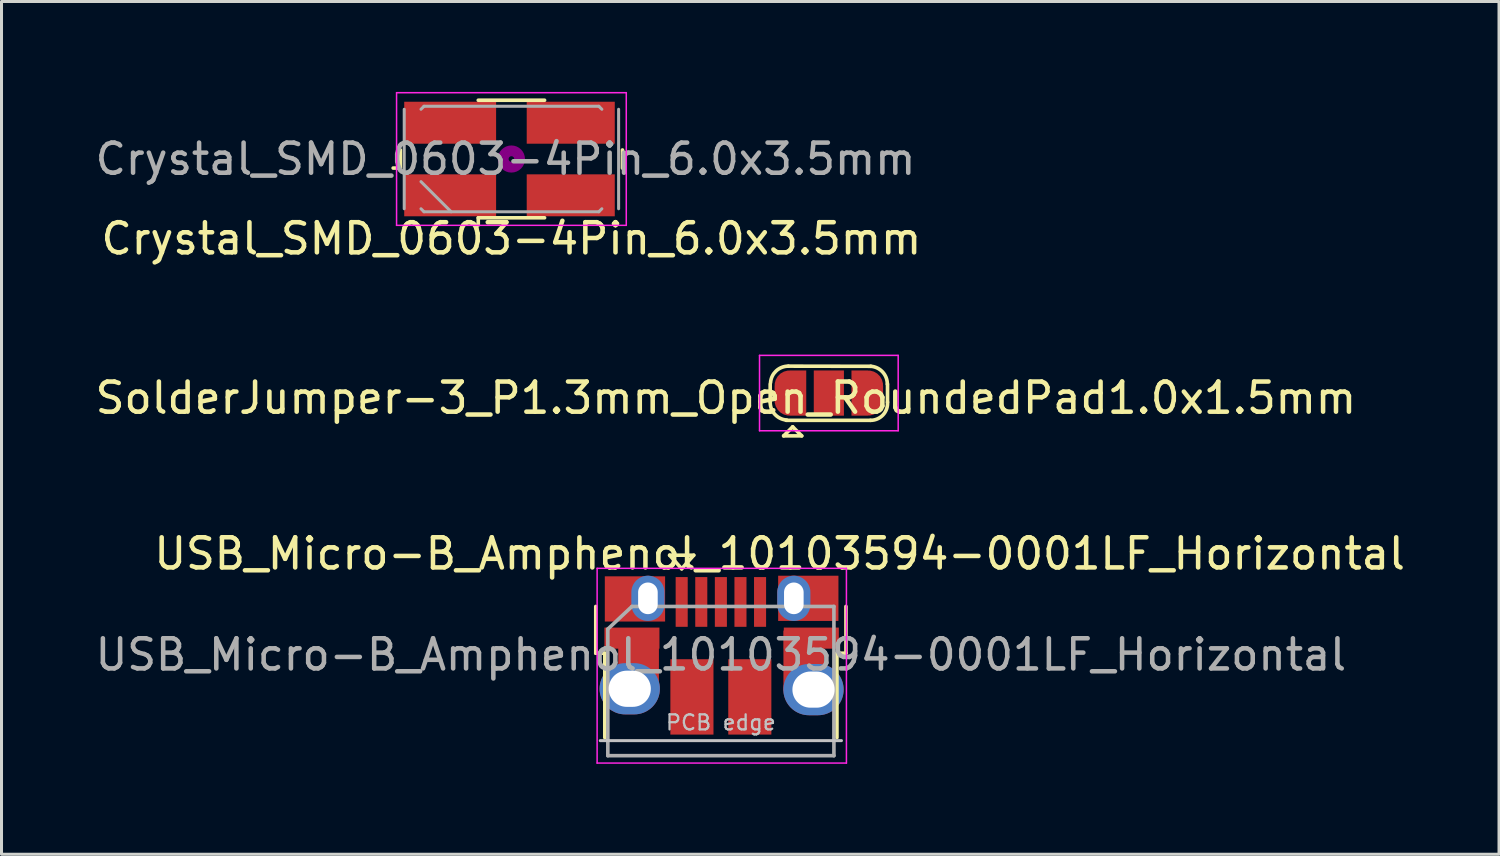
<source format=kicad_pcb>
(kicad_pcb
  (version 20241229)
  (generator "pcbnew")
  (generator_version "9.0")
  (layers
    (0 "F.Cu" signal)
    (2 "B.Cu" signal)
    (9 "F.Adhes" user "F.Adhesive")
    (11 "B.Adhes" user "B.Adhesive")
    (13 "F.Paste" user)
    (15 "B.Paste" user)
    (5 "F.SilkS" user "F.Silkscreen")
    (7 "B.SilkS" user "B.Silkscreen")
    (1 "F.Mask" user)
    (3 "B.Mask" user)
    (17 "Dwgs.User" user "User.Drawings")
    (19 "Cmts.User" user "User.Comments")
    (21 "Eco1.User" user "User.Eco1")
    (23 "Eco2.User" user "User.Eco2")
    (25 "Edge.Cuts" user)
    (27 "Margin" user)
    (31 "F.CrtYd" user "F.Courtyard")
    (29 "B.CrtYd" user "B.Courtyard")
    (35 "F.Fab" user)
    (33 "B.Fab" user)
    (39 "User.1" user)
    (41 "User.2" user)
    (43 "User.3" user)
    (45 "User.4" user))
  (footprint "USB_Micro-B_Amphenol_10103594-0001LF_Horizontal"
    (layer "F.Cu")
    (at 20.888 18.683)
    (property "Reference" "USB_Micro-B_Amphenol_10103594-0001LF_Horizontal" (at 1.925 -3.365 180) (layer "F.SilkS") (effects (font (size 1 1) (thickness 0.15))))
    (attr smd)
    (fp_line (start -4.175 -0.065) (end -4.175 -1.615) (stroke (width 0.12) (type solid)) (layer "F.SilkS"))
    (fp_line (start -4.175 -0.065) (end -3.875 -0.065) (stroke (width 0.12) (type solid)) (layer "F.SilkS"))
    (fp_line (start -3.875 2.735) (end -3.875 -0.065) (stroke (width 0.12) (type solid)) (layer "F.SilkS"))
    (fp_line (start -1.725 -3.315) (end -0.925 -3.315) (stroke (width 0.12) (type solid)) (layer "F.SilkS"))
    (fp_line (start -1.325 -2.865) (end -1.725 -3.315) (stroke (width 0.12) (type solid)) (layer "F.SilkS"))
    (fp_line (start -0.925 -3.315) (end -1.325 -2.865) (stroke (width 0.12) (type solid)) (layer "F.SilkS"))
    (fp_line (start 3.825 -0.065) (end 4.125 -0.065) (stroke (width 0.12) (type solid)) (layer "F.SilkS"))
    (fp_line (start 3.825 2.735) (end 3.825 -0.065) (stroke (width 0.12) (type solid)) (layer "F.SilkS"))
    (fp_line (start 4.125 -0.065) (end 4.125 -1.615) (stroke (width 0.12) (type solid)) (layer "F.SilkS"))
    (fp_line (start -4.025 2.835) (end 3.975 2.835) (stroke (width 0.1) (type solid)) (layer "Dwgs.User"))
    (fp_line (start -4.13 -2.88) (end -4.13 3.58) (stroke (width 0.05) (type solid)) (layer "F.CrtYd"))
    (fp_line (start -4.13 -2.88) (end 4.14 -2.88) (stroke (width 0.05) (type solid)) (layer "F.CrtYd"))
    (fp_line (start 4.14 3.58) (end -4.13 3.58) (stroke (width 0.05) (type solid)) (layer "F.CrtYd"))
    (fp_line (start 4.14 3.58) (end 4.14 -2.88) (stroke (width 0.05) (type solid)) (layer "F.CrtYd"))
    (fp_line (start -3.775 -0.865) (end -2.975 -1.615) (stroke (width 0.12) (type solid)) (layer "F.Fab"))
    (fp_line (start -3.775 3.335) (end -3.775 -0.865) (stroke (width 0.12) (type solid)) (layer "F.Fab"))
    (fp_line (start -2.975 -1.615) (end 3.725 -1.615) (stroke (width 0.12) (type solid)) (layer "F.Fab"))
    (fp_line (start 3.725 -1.615) (end 3.725 3.335) (stroke (width 0.12) (type solid)) (layer "F.Fab"))
    (fp_line (start 3.725 3.335) (end -3.775 3.335) (stroke (width 0.12) (type solid)) (layer "F.Fab"))
    (fp_text user "PCB edge" (at -0.025 2.235 180) (layer "Dwgs.User") (effects (font (size 0.5 0.5) (thickness 0.075))))
    (fp_text user "${REFERENCE}" (at -0.025 -0.015 180) (layer "F.Fab") (effects (font (size 1 1) (thickness 0.15))))
    (pad "1" smd rect (at -1.325 -1.765 90) (size 1.65 0.4) (layers "F.Cu" "F.Mask" "F.Paste"))
    (pad "2" smd rect (at -0.675 -1.765 90) (size 1.65 0.4) (layers "F.Cu" "F.Mask" "F.Paste"))
    (pad "3" smd rect (at -0.025 -1.765 90) (size 1.65 0.4) (layers "F.Cu" "F.Mask" "F.Paste"))
    (pad "4" smd rect (at 0.625 -1.765 90) (size 1.65 0.4) (layers "F.Cu" "F.Mask" "F.Paste"))
    (pad "5" smd rect (at 1.275 -1.765 90) (size 1.65 0.4) (layers "F.Cu" "F.Mask" "F.Paste"))
    (pad "6" thru_hole oval (at -3.048 1.115 90) (size 1.7 2) (drill oval 1.2 1.4) (layers "*.Cu" "*.Mask"))
    (pad "6" smd rect (at -2.975 -0.565) (size 1.825 0.7) (layers "F.Cu" "F.Mask" "F.Paste"))
    (pad "6" smd rect (at -2.875 -1.865) (size 2 1.5) (layers "F.Cu" "F.Mask" "F.Paste"))
    (pad "6" smd rect (at -2.755 0.185) (size 1.35 2) (layers "F.Cu" "F.Mask" "F.Paste"))
    (pad "6" thru_hole oval (at -2.445 -1.885 90) (size 1.5 1.1) (drill oval 1.05 0.65) (layers "*.Cu" "*.Mask"))
    (pad "6" smd rect (at -0.985 1.385 90) (size 2.5 1.43) (layers "F.Cu" "F.Mask" "F.Paste"))
    (pad "6" smd rect (at 0.935 1.385 90) (size 2.5 1.43) (layers "F.Cu" "F.Mask" "F.Paste"))
    (pad "6" thru_hole oval (at 2.395 -1.885 90) (size 1.5 1.1) (drill oval 1.05 0.65) (layers "*.Cu" "*.Mask"))
    (pad "6" smd rect (at 2.725 0.185) (size 1.35 2) (layers "F.Cu" "F.Mask" "F.Paste"))
    (pad "6" smd rect (at 2.875 -1.885) (size 2 1.5) (layers "F.Cu" "F.Mask" "F.Paste"))
    (pad "6" smd rect (at 2.975 -0.565) (size 1.825 0.7) (layers "F.Cu" "F.Mask" "F.Paste"))
    (pad "6" thru_hole oval (at 3.048 1.143 90) (size 1.7 2) (drill oval 1.2 1.4) (layers "*.Cu" "*.Mask")))
  (footprint "Crystal_SMD_0603-4Pin_6.0x3.5mm"
    (layer "F.Cu")
    (at 13.915 2.225)
    (property "Reference" "Crystal_SMD_0603-4Pin_6.0x3.5mm" (at 0 2.641 0) (layer "F.SilkS") (effects (font (size 1 1) (thickness 0.15))))
    (attr smd)
    (fp_line (start -3.923 0.3) (end -3.683 0.3) (stroke (width 0.12) (type solid)) (layer "F.SilkS"))
    (fp_line (start -3.683 0.3) (end -3.683 -0.3) (stroke (width 0.12) (type solid)) (layer "F.SilkS"))
    (fp_line (start -1.1 -1.95) (end 1.1 -1.95) (stroke (width 0.12) (type solid)) (layer "F.SilkS"))
    (fp_line (start -1.1 1.95) (end -1.1 2.19) (stroke (width 0.12) (type solid)) (layer "F.SilkS"))
    (fp_line (start 1.1 1.95) (end -1.1 1.95) (stroke (width 0.12) (type solid)) (layer "F.SilkS"))
    (fp_line (start 3.683 -0.3) (end 3.683 0.3) (stroke (width 0.12) (type solid)) (layer "F.SilkS"))
    (fp_circle (center 0 0) (end 0.093 0) (stroke (width 0.187) (type solid)) (fill no) (layer "F.Adhes"))
    (fp_circle (center 0 0) (end 0.213 0) (stroke (width 0.133) (type solid)) (fill no) (layer "F.Adhes"))
    (fp_circle (center 0 0) (end 0.333 0) (stroke (width 0.133) (type solid)) (fill no) (layer "F.Adhes"))
    (fp_circle (center 0 0) (end 0.4 0) (stroke (width 0.1) (type solid)) (fill no) (layer "F.Adhes"))
    (fp_line (start -3.81 -2.2) (end -3.81 2.2) (stroke (width 0.05) (type solid)) (layer "F.CrtYd"))
    (fp_line (start -3.81 2.2) (end 3.81 2.2) (stroke (width 0.05) (type solid)) (layer "F.CrtYd"))
    (fp_line (start 3.81 -2.2) (end -3.81 -2.2) (stroke (width 0.05) (type solid)) (layer "F.CrtYd"))
    (fp_line (start 3.81 2.2) (end 3.81 -2.2) (stroke (width 0.05) (type solid)) (layer "F.CrtYd"))
    (fp_line (start -3.556 1.65) (end -3.556 -1.65) (stroke (width 0.1) (type solid)) (layer "F.Fab"))
    (fp_line (start -3 -1.65) (end -2.9 -1.75) (stroke (width 0.1) (type solid)) (layer "F.Fab"))
    (fp_line (start -3 0.75) (end -2 1.75) (stroke (width 0.1) (type solid)) (layer "F.Fab"))
    (fp_line (start -2.9 -1.75) (end 2.9 -1.75) (stroke (width 0.1) (type solid)) (layer "F.Fab"))
    (fp_line (start -2.9 1.75) (end -3 1.65) (stroke (width 0.1) (type solid)) (layer "F.Fab"))
    (fp_line (start 2.9 -1.75) (end 3 -1.65) (stroke (width 0.1) (type solid)) (layer "F.Fab"))
    (fp_line (start 2.9 1.75) (end -2.9 1.75) (stroke (width 0.1) (type solid)) (layer "F.Fab"))
    (fp_line (start 3 1.65) (end 2.9 1.75) (stroke (width 0.1) (type solid)) (layer "F.Fab"))
    (fp_line (start 3.556 -1.65) (end 3.556 1.65) (stroke (width 0.1) (type solid)) (layer "F.Fab"))
    (fp_text user "${REFERENCE}" (at -0.194 0 0) (layer "F.Fab") (effects (font (size 1 1) (thickness 0.15))))
    (pad "1" smd rect (at -2.032 1.204) (size 3.048 1.392) (layers "F.Cu" "F.Mask" "F.Paste"))
    (pad "2" smd rect (at 1.968 1.204) (size 2.921 1.392) (layers "F.Cu" "F.Mask" "F.Paste"))
    (pad "3" smd rect (at 1.968 -1.204) (size 2.921 1.392) (layers "F.Cu" "F.Mask" "F.Paste"))
    (pad "4" smd rect (at -2.032 -1.204) (size 3.048 1.392) (layers "F.Cu" "F.Mask" "F.Paste")))
  (footprint "SolderJumper-3_P1.3mm_Open_RoundedPad1.0x1.5mm"
    (layer "F.Cu")
    (at 24.445 9.989)
    (property "Reference" "SolderJumper-3_P1.3mm_Open_RoundedPad1.0x1.5mm" (at -3.415 0.162 0) (layer "F.SilkS") (effects (font (size 1 1) (thickness 0.15))))
    (attr exclude_from_pos_files)
    (fp_line (start -1.946 0.303) (end -1.946 -0.297) (stroke (width 0.12) (type solid)) (layer "F.SilkS"))
    (fp_line (start -1.5 1.42) (end -0.9 1.42) (stroke (width 0.12) (type solid)) (layer "F.SilkS"))
    (fp_line (start -1.343 -0.893) (end 1.391 -0.888) (stroke (width 0.12) (type solid)) (layer "F.SilkS"))
    (fp_line (start -1.2 1.12) (end -1.5 1.42) (stroke (width 0.12) (type solid)) (layer "F.SilkS"))
    (fp_line (start -1.2 1.12) (end -0.9 1.42) (stroke (width 0.12) (type solid)) (layer "F.SilkS"))
    (fp_line (start 1.382 0.904) (end -1.418 0.904) (stroke (width 0.12) (type solid)) (layer "F.SilkS"))
    (fp_line (start 1.946 -0.297) (end 1.946 0.303) (stroke (width 0.12) (type solid)) (layer "F.SilkS"))
    (fp_arc (start -1.934834 -0.34378) (mid -1.747523 -0.73523) (end -1.343092 -0.892566) (stroke (width 0.12) (type solid)) (layer "F.SilkS"))
    (fp_arc (start -1.39691 0.895155) (mid -1.788361 0.707845) (end -1.945696 0.303413) (stroke (width 0.12) (type solid)) (layer "F.SilkS"))
    (fp_arc (start 1.390993 -0.888363) (mid 1.782444 -0.701053) (end 1.939779 -0.296621) (stroke (width 0.12) (type solid)) (layer "F.SilkS"))
    (fp_arc (start 1.945696 0.303413) (mid 1.794928 0.726804) (end 1.381985 0.904198) (stroke (width 0.12) (type solid)) (layer "F.SilkS"))
    (fp_line (start -2.3 -1.25) (end -2.3 1.25) (stroke (width 0.05) (type solid)) (layer "F.CrtYd"))
    (fp_line (start -2.3 -1.25) (end 2.3 -1.25) (stroke (width 0.05) (type solid)) (layer "F.CrtYd"))
    (fp_line (start 2.3 1.25) (end -2.3 1.25) (stroke (width 0.05) (type solid)) (layer "F.CrtYd"))
    (fp_line (start 2.3 1.25) (end 2.3 -1.25) (stroke (width 0.05) (type solid)) (layer "F.CrtYd"))
    (pad "1" smd custom (at -1.3 0) (size 1 0.5) (layers "F.Cu" "F.Mask") (options (anchor rect)) (primitives (gr_circle (center 0 0.25) (end 0.5 0.25) (width 0) (fill yes)) (gr_circle (center 0 -0.25) (end 0.5 -0.25) (width 0) (fill yes)) (gr_poly (pts (xy 0.55 0.75) (xy 0 0.75) (xy 0 -0.75) (xy 0.55 -0.75)) (width 0) (fill yes))))
    (pad "2" smd rect (at 0 0) (size 1 1.5) (layers "F.Cu" "F.Mask"))
    (pad "3" smd custom (at 1.3 0) (size 1 0.5) (layers "F.Cu" "F.Mask") (options (anchor rect)) (primitives (gr_circle (center 0 0.25) (end 0.5 0.25) (width 0) (fill yes)) (gr_circle (center 0 -0.25) (end 0.5 -0.25) (width 0) (fill yes)) (gr_poly (pts (xy 0 0.75) (xy -0.55 0.75) (xy -0.55 -0.75) (xy 0 -0.75)) (width 0) (fill yes)))))
  (gr_rect
    (start -3 -3)
    (end 46.676 25.288)
    (stroke (width 0.1) (type default))
    (fill no)
    (layer "Edge.Cuts")))
</source>
